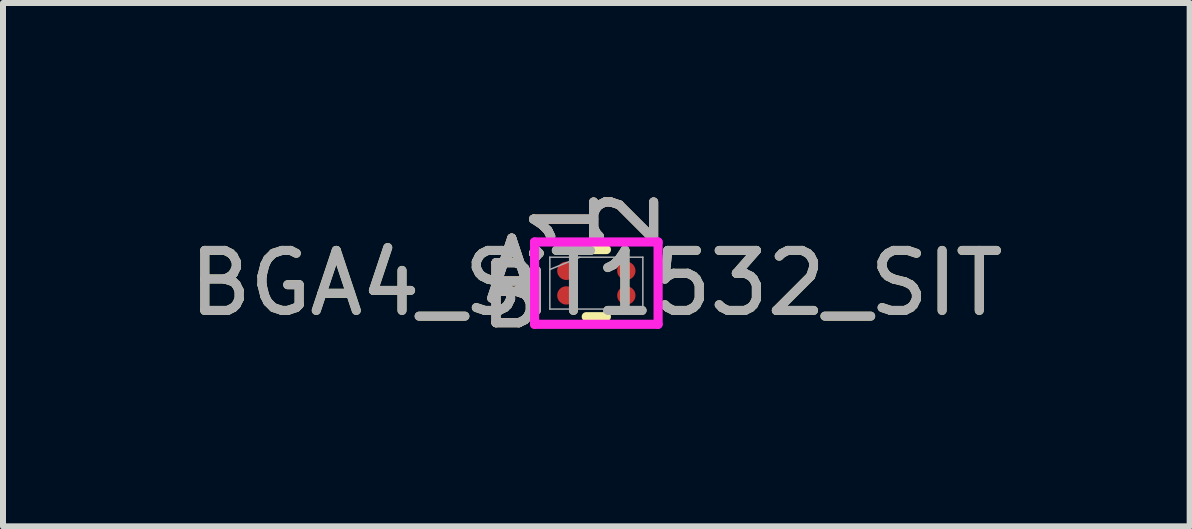
<source format=kicad_pcb>
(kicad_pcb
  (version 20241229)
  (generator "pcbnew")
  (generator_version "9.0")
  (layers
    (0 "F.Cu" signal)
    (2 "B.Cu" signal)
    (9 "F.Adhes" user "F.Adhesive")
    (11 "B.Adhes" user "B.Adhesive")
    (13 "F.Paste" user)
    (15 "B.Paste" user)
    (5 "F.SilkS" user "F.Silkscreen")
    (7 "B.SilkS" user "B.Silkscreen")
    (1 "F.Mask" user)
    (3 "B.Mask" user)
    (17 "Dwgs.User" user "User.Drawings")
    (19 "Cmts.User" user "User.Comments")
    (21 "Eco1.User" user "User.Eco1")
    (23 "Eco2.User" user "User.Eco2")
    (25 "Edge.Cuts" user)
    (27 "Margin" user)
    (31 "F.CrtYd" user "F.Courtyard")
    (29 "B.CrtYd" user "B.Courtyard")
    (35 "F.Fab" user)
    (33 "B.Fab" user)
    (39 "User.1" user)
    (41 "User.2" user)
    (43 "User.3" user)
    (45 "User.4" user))
  (footprint "BGA4_SiT1532_SIT"
    (layer "F.Cu")
    (at 6.887 1.668)
    (property "Reference" "BGA4_SiT1532_SIT" (at 0 0 0) (unlocked yes) (layer "F.SilkS") (effects (font (size 1 1) (thickness 0.15))))
    (attr smd)
    (fp_line (start -0.168 0.559) (end 0.168 0.559) (stroke (width 0.152) (type solid)) (layer "F.SilkS"))
    (fp_line (start 0.168 -0.559) (end -0.168 -0.559) (stroke (width 0.152) (type solid)) (layer "F.SilkS"))
    (fp_poly (pts (xy -1.508 -0.918) (xy 1.508 -0.918) (xy 1.508 0.918) (xy -1.508 0.918)) (stroke (width 0.1) (type solid)) (fill no) (layer "Eco2.User"))
    (fp_line (start -1.029 -0.686) (end 1.029 -0.686) (stroke (width 0.152) (type solid)) (layer "F.CrtYd"))
    (fp_line (start -1.029 0.686) (end -1.029 -0.686) (stroke (width 0.152) (type solid)) (layer "F.CrtYd"))
    (fp_line (start 1.029 -0.686) (end 1.029 0.686) (stroke (width 0.152) (type solid)) (layer "F.CrtYd"))
    (fp_line (start 1.029 0.686) (end -1.029 0.686) (stroke (width 0.152) (type solid)) (layer "F.CrtYd"))
    (fp_line (start -0.775 -0.432) (end -0.775 0.432) (stroke (width 0.025) (type solid)) (layer "F.Fab"))
    (fp_line (start -0.775 0.432) (end 0.775 0.432) (stroke (width 0.025) (type solid)) (layer "F.Fab"))
    (fp_line (start -0.275 -0.432) (end -0.775 -0.227) (stroke (width 0.025) (type solid)) (layer "F.Fab"))
    (fp_line (start 0.775 -0.432) (end -0.775 -0.432) (stroke (width 0.025) (type solid)) (layer "F.Fab"))
    (fp_line (start 0.775 0.432) (end 0.775 -0.432) (stroke (width 0.025) (type solid)) (layer "F.Fab"))
    (fp_text user "2" (at 0.5 -1.067 90) (unlocked yes) (layer "F.SilkS") (effects (font (size 1 1) (thickness 0.15))))
    (fp_text user "B" (at -1.41 0.205 0) (unlocked yes) (layer "F.SilkS") (effects (font (size 1 1) (thickness 0.15))))
    (fp_text user "A" (at -1.41 -0.205 0) (unlocked yes) (layer "F.SilkS") (effects (font (size 1 1) (thickness 0.15))))
    (fp_text user "1" (at -0.5 -1.067 90) (unlocked yes) (layer "F.SilkS") (effects (font (size 1 1) (thickness 0.15))))
    (fp_text user "2" (at 0.5 -1.067 90) (unlocked yes) (layer "B.SilkS") (effects (font (size 1 1) (thickness 0.15))))
    (fp_text user "B" (at -1.41 0.205 0) (unlocked yes) (layer "B.SilkS") (effects (font (size 1 1) (thickness 0.15))))
    (fp_text user "1" (at -0.5 -1.067 90) (unlocked yes) (layer "B.SilkS") (effects (font (size 1 1) (thickness 0.15))))
    (fp_text user "A" (at -1.41 -0.205 0) (unlocked yes) (layer "B.SilkS") (effects (font (size 1 1) (thickness 0.15))))
    (fp_text user "${REFERENCE}" (at 0 0 0) (unlocked yes) (layer "F.Fab") (effects (font (size 1 1) (thickness 0.15))))
    (fp_text user "2" (at 0.5 -1.067 90) (unlocked yes) (layer "F.Fab") (effects (font (size 1 1) (thickness 0.15))))
    (fp_text user "B" (at -1.41 0.205 0) (unlocked yes) (layer "F.Fab") (effects (font (size 1 1) (thickness 0.15))))
    (fp_text user "1" (at -0.5 -1.067 90) (unlocked yes) (layer "F.Fab") (effects (font (size 1 1) (thickness 0.15))))
    (fp_text user "A" (at -1.41 -0.205 0) (unlocked yes) (layer "F.Fab") (effects (font (size 1 1) (thickness 0.15))))
    (pad "A1" smd circle (at -0.5 -0.205) (size 0.305 0.305) (layers "F.Cu" "F.Mask" "F.Paste"))
    (pad "A2" smd circle (at 0.5 -0.205) (size 0.305 0.305) (layers "F.Cu" "F.Mask" "F.Paste"))
    (pad "B1" smd circle (at -0.5 0.205) (size 0.305 0.305) (layers "F.Cu" "F.Mask" "F.Paste"))
    (pad "B2" smd circle (at 0.5 0.205) (size 0.305 0.305) (layers "F.Cu" "F.Mask" "F.Paste")))
  (gr_rect
    (start -3 -3)
    (end 16.774 5.721)
    (stroke (width 0.1) (type default))
    (fill no)
    (layer "Edge.Cuts")))
</source>
